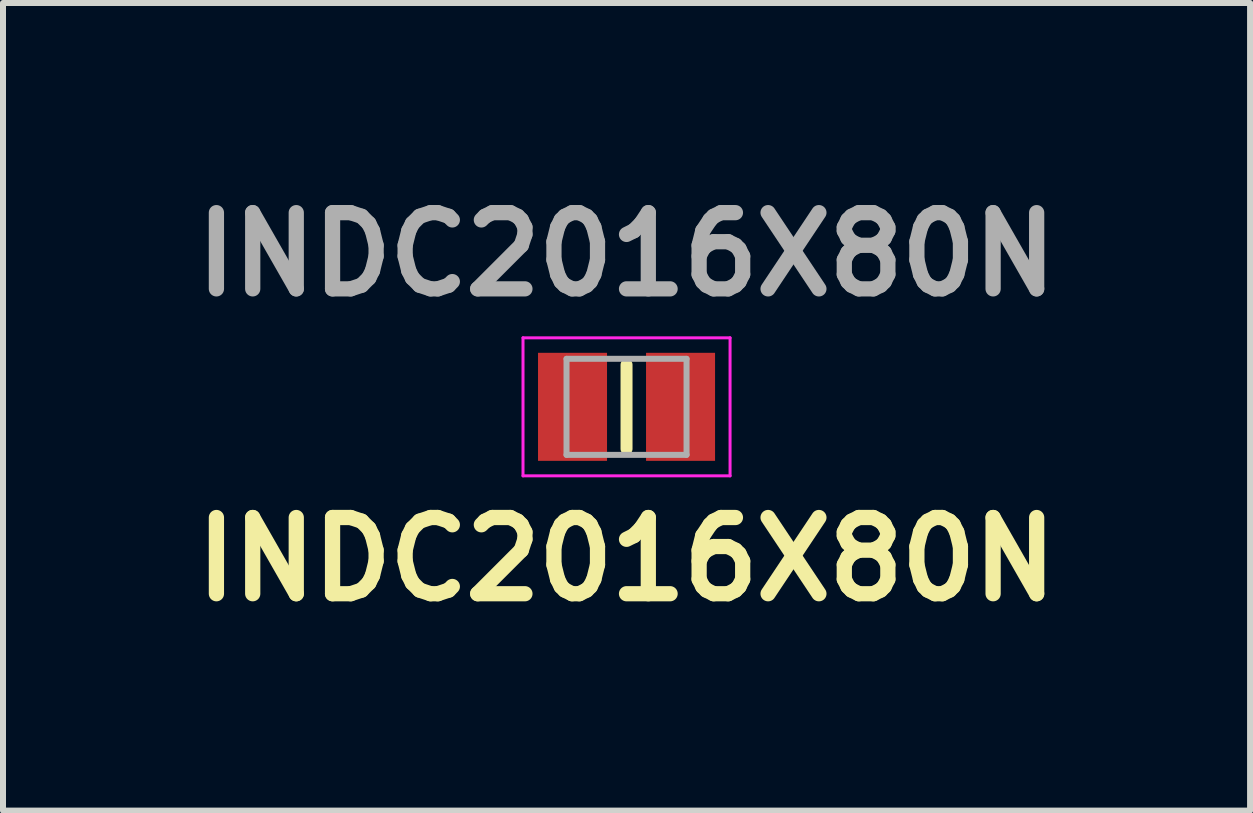
<source format=kicad_pcb>
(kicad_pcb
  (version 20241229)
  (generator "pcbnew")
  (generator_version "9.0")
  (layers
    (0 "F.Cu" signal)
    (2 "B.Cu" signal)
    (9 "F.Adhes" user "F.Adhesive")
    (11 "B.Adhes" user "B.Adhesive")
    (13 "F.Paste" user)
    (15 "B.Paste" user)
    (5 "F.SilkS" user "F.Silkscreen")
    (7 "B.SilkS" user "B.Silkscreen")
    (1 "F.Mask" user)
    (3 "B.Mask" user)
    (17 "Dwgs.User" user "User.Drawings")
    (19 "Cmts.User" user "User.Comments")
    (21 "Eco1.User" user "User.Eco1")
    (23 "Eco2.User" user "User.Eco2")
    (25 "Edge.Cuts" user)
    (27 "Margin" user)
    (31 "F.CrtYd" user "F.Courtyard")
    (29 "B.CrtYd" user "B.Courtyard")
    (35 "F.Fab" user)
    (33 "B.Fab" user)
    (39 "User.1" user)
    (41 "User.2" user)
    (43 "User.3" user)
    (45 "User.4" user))
  (footprint "INDC2016X80N"
    (layer "F.Cu")
    (at 7.39 3.729)
    (property "Reference" "INDC2016X80N" (at 0 2.54 0) (layer "F.SilkS") (effects (font (size 1.27 1.27) (thickness 0.254))))
    (attr smd)
    (fp_line (start 0 -0.7) (end 0 0.7) (stroke (width 0.2) (type solid)) (layer "F.SilkS"))
    (fp_line (start -1.725 -1.15) (end 1.725 -1.15) (stroke (width 0.05) (type solid)) (layer "F.CrtYd"))
    (fp_line (start -1.725 1.15) (end -1.725 -1.15) (stroke (width 0.05) (type solid)) (layer "F.CrtYd"))
    (fp_line (start 1.725 -1.15) (end 1.725 1.15) (stroke (width 0.05) (type solid)) (layer "F.CrtYd"))
    (fp_line (start 1.725 1.15) (end -1.725 1.15) (stroke (width 0.05) (type solid)) (layer "F.CrtYd"))
    (fp_line (start -1 -0.8) (end 1 -0.8) (stroke (width 0.1) (type solid)) (layer "F.Fab"))
    (fp_line (start -1 0.8) (end -1 -0.8) (stroke (width 0.1) (type solid)) (layer "F.Fab"))
    (fp_line (start 1 -0.8) (end 1 0.8) (stroke (width 0.1) (type solid)) (layer "F.Fab"))
    (fp_line (start 1 0.8) (end -1 0.8) (stroke (width 0.1) (type solid)) (layer "F.Fab"))
    (fp_text user "${REFERENCE}" (at 0 -2.54 0) (layer "F.Fab") (effects (font (size 1.27 1.27) (thickness 0.254))))
    (pad "1" smd rect (at -0.9 0) (size 1.15 1.8) (layers "F.Cu" "F.Mask" "F.Paste"))
    (pad "2" smd rect (at 0.9 0) (size 1.15 1.8) (layers "F.Cu" "F.Mask" "F.Paste")))
  (gr_rect
    (start -3 -3)
    (end 17.78 10.457)
    (stroke (width 0.1) (type default))
    (fill no)
    (layer "Edge.Cuts")))
</source>
